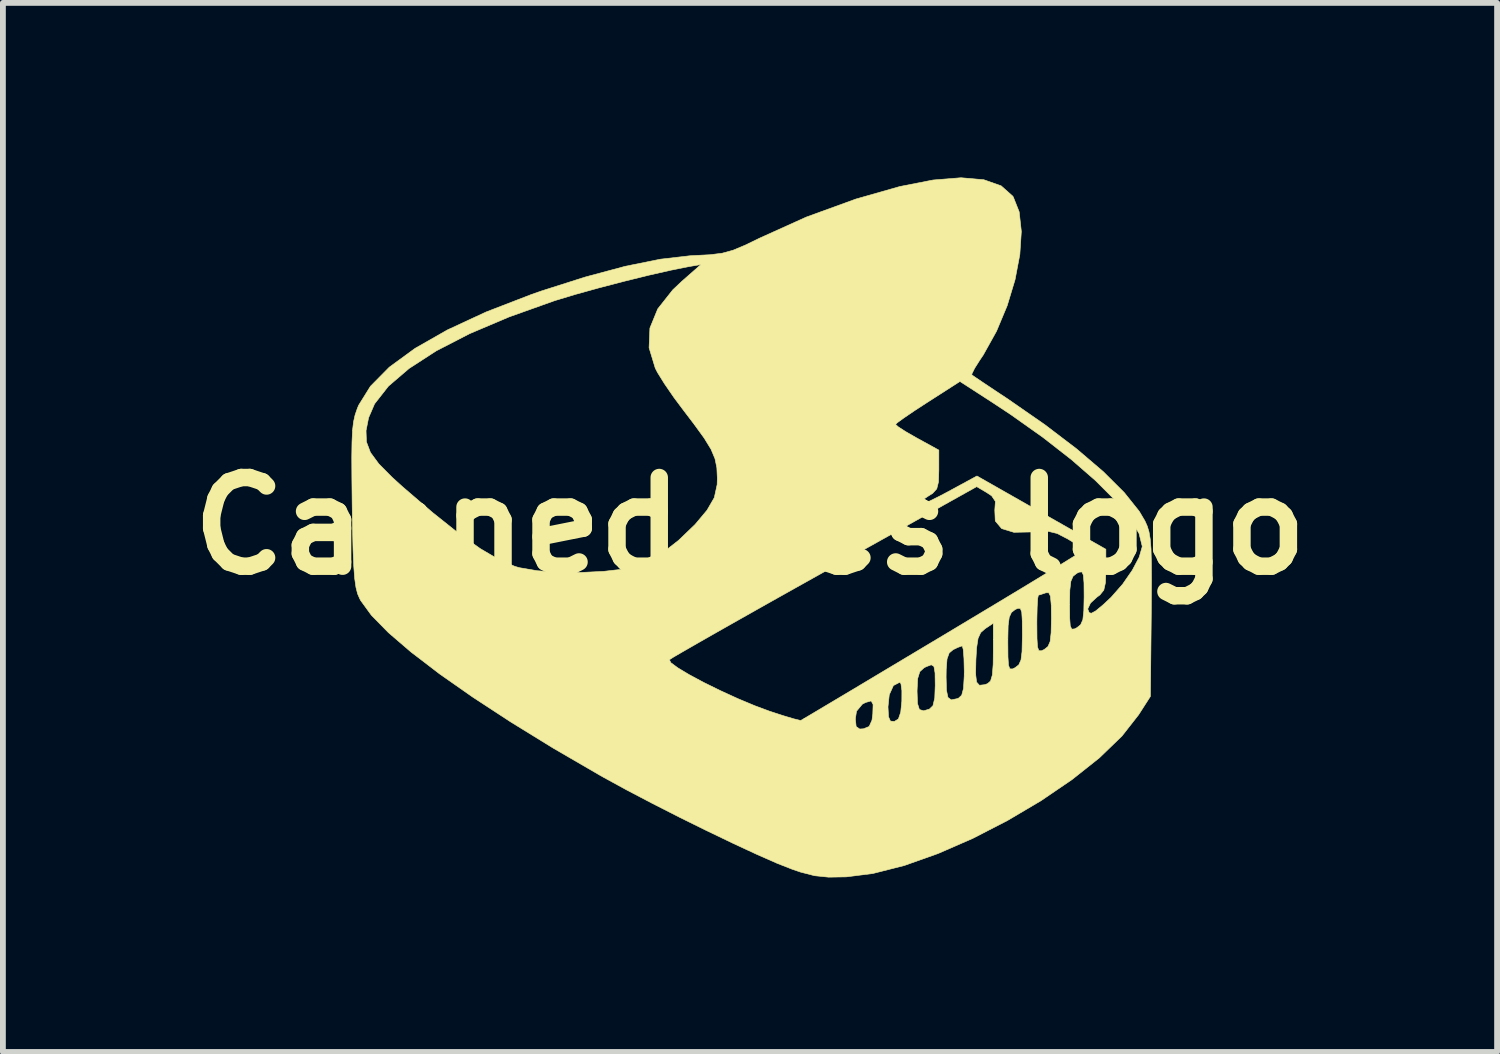
<source format=kicad_pcb>
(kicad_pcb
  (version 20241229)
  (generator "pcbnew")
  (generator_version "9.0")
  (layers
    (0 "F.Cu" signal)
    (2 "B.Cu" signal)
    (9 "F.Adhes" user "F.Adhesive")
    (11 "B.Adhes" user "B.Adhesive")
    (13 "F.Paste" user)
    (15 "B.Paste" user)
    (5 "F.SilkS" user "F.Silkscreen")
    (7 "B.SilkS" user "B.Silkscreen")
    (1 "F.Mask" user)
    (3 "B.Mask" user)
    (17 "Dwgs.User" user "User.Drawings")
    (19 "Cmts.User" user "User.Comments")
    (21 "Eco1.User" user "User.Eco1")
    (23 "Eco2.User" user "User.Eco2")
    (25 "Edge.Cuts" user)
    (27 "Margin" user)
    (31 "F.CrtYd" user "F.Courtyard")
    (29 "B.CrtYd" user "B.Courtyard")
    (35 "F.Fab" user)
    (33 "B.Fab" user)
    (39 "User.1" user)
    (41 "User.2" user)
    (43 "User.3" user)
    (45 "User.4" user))
  (footprint "Canned ICs logo"
    (layer "F.Cu")
    (at 9.841 5.992)
    (property "Reference" "Canned ICs logo" (at 0 0 0) (layer "F.SilkS") (effects (font (size 1.524 1.524) (thickness 0.3))))
    (attr through_hole)
    (fp_poly (pts (xy 4.018 -5.953) (xy 4.316 -5.848) (xy 4.515 -5.671) (xy 4.524 -5.658) (xy 4.626 -5.401) (xy 4.663 -5.063) (xy 4.637 -4.667) (xy 4.555 -4.235) (xy 4.42 -3.789) (xy 4.237 -3.351) (xy 4.01 -2.943) (xy 3.95 -2.854) (xy 3.859 -2.71) (xy 3.813 -2.616) (xy 3.813 -2.598) (xy 3.872 -2.557) (xy 4.013 -2.462) (xy 4.215 -2.327) (xy 4.431 -2.184) (xy 5.064 -1.745) (xy 5.613 -1.327) (xy 6.072 -0.935) (xy 6.433 -0.575) (xy 6.69 -0.253) (xy 6.787 -0.089) (xy 6.827 0.00034) (xy 6.857 0.098) (xy 6.878 0.223) (xy 6.892 0.392) (xy 6.898 0.624) (xy 6.9 0.938) (xy 6.897 1.351) (xy 6.896 1.542) (xy 6.881 2.928) (xy 6.678 3.244) (xy 6.393 3.608) (xy 6.005 3.983) (xy 5.534 4.357) (xy 5.001 4.72) (xy 4.426 5.06) (xy 3.83 5.367) (xy 3.232 5.628) (xy 2.652 5.834) (xy 2.112 5.971) (xy 1.654 6.029) (xy 1.351 6.034) (xy 1.109 6.009) (xy 0.865 5.946) (xy 0.722 5.897) (xy 0.463 5.795) (xy 0.118 5.643) (xy -0.291 5.453) (xy -0.743 5.236) (xy -1.213 5.004) (xy -1.68 4.766) (xy -2.121 4.535) (xy -2.514 4.32) (xy -2.59 4.277) (xy -3.385 3.815) (xy -4.112 3.367) (xy -4.765 2.94) (xy -5.338 2.539) (xy -5.653 2.297) (xy -1.386 2.297) (xy -1.361 2.348) (xy -1.24 2.437) (xy -1.045 2.554) (xy -0.795 2.688) (xy -0.51 2.828) (xy -0.211 2.965) (xy 0.083 3.088) (xy 0.336 3.182) (xy 0.569 3.258) (xy 0.753 3.313) (xy 0.86 3.339) (xy 0.874 3.34) (xy 0.918 3.314) (xy 1.81 3.314) (xy 1.824 3.446) (xy 1.885 3.488) (xy 1.95 3.484) (xy 2.048 3.444) (xy 2.096 3.337) (xy 2.11 3.23) (xy 2.114 3.106) (xy 2.371 3.106) (xy 2.38 3.277) (xy 2.413 3.352) (xy 2.481 3.358) (xy 2.55 3.315) (xy 2.59 3.199) (xy 2.609 3.011) (xy 2.61 2.842) (xy 2.871 2.842) (xy 2.878 3.049) (xy 2.911 3.153) (xy 2.984 3.175) (xy 3.084 3.145) (xy 3.144 3.087) (xy 3.175 2.955) (xy 3.183 2.739) (xy 3.181 2.592) (xy 3.37 2.592) (xy 3.376 2.821) (xy 3.402 2.946) (xy 3.459 2.987) (xy 3.561 2.966) (xy 3.583 2.958) (xy 3.638 2.907) (xy 3.669 2.791) (xy 3.681 2.584) (xy 3.682 2.543) (xy 3.877 2.543) (xy 3.894 2.682) (xy 3.943 2.736) (xy 4.033 2.726) (xy 4.083 2.708) (xy 4.134 2.663) (xy 4.165 2.559) (xy 4.179 2.373) (xy 4.181 2.17) (xy 4.181 2.001) (xy 4.431 2.001) (xy 4.433 2.248) (xy 4.442 2.391) (xy 4.465 2.453) (xy 4.509 2.456) (xy 4.556 2.434) (xy 4.619 2.385) (xy 4.657 2.302) (xy 4.675 2.158) (xy 4.68 1.922) (xy 4.681 1.868) (xy 4.679 1.687) (xy 4.93 1.687) (xy 4.932 1.934) (xy 4.941 2.078) (xy 4.964 2.141) (xy 5.007 2.144) (xy 5.055 2.122) (xy 5.12 2.071) (xy 5.158 1.985) (xy 5.175 1.834) (xy 5.18 1.589) (xy 5.18 1.583) (xy 5.177 1.346) (xy 5.492 1.346) (xy 5.494 1.583) (xy 5.504 1.717) (xy 5.53 1.771) (xy 5.578 1.767) (xy 5.617 1.747) (xy 5.682 1.696) (xy 5.72 1.61) (xy 5.737 1.457) (xy 5.742 1.213) (xy 5.74 0.976) (xy 5.729 0.842) (xy 5.704 0.788) (xy 5.656 0.792) (xy 5.617 0.811) (xy 5.552 0.862) (xy 5.514 0.949) (xy 5.496 1.101) (xy 5.492 1.346) (xy 5.177 1.346) (xy 5.176 1.342) (xy 5.163 1.204) (xy 5.134 1.146) (xy 5.085 1.146) (xy 5.081 1.148) (xy 4.982 1.181) (xy 4.956 1.186) (xy 4.944 1.243) (xy 4.935 1.396) (xy 4.93 1.615) (xy 4.93 1.687) (xy 4.679 1.687) (xy 4.679 1.621) (xy 4.67 1.478) (xy 4.646 1.416) (xy 4.603 1.413) (xy 4.556 1.435) (xy 4.493 1.484) (xy 4.455 1.567) (xy 4.436 1.712) (xy 4.431 1.947) (xy 4.431 2.001) (xy 4.181 2.001) (xy 4.181 1.67) (xy 4.041 1.763) (xy 3.965 1.83) (xy 3.919 1.93) (xy 3.894 2.094) (xy 3.882 2.301) (xy 3.877 2.543) (xy 3.682 2.543) (xy 3.682 2.49) (xy 3.677 2.276) (xy 3.665 2.122) (xy 3.648 2.06) (xy 3.647 2.059) (xy 3.569 2.086) (xy 3.491 2.124) (xy 3.423 2.181) (xy 3.386 2.283) (xy 3.372 2.461) (xy 3.37 2.592) (xy 3.181 2.592) (xy 3.18 2.524) (xy 3.161 2.412) (xy 3.115 2.384) (xy 3.027 2.417) (xy 2.991 2.436) (xy 2.918 2.502) (xy 2.881 2.621) (xy 2.871 2.827) (xy 2.871 2.842) (xy 2.61 2.842) (xy 2.61 2.828) (xy 2.594 2.709) (xy 2.574 2.684) (xy 2.464 2.741) (xy 2.393 2.899) (xy 2.371 3.106) (xy 2.114 3.106) (xy 2.115 3.065) (xy 2.082 3.005) (xy 1.988 3.031) (xy 1.931 3.06) (xy 1.83 3.182) (xy 1.81 3.314) (xy 0.918 3.314) (xy 0.932 3.306) (xy 1.087 3.214) (xy 1.327 3.071) (xy 1.641 2.884) (xy 2.019 2.658) (xy 2.45 2.4) (xy 2.923 2.117) (xy 3.323 1.878) (xy 3.821 1.579) (xy 4.284 1.301) (xy 4.702 1.049) (xy 5.064 0.829) (xy 5.359 0.649) (xy 5.577 0.514) (xy 5.708 0.432) (xy 5.742 0.408) (xy 5.693 0.367) (xy 5.567 0.286) (xy 5.464 0.223) (xy 5.278 0.127) (xy 5.118 0.088) (xy 4.92 0.093) (xy 4.841 0.101) (xy 4.535 0.107) (xy 4.325 0.043) (xy 4.215 -0.088) (xy 4.207 -0.273) (xy 4.217 -0.424) (xy 4.153 -0.52) (xy 4.07 -0.575) (xy 3.896 -0.678) (xy 1.284 0.781) (xy 0.76 1.074) (xy 0.268 1.35) (xy -0.18 1.603) (xy -0.574 1.826) (xy -0.902 2.013) (xy -1.154 2.158) (xy -1.319 2.254) (xy -1.386 2.297) (xy -1.386 2.297) (xy -5.653 2.297) (xy -5.824 2.167) (xy -6.216 1.83) (xy -6.508 1.532) (xy -6.692 1.279) (xy -6.707 1.251) (xy -6.745 1.164) (xy -6.773 1.053) (xy -6.795 0.899) (xy -6.811 0.688) (xy -6.823 0.4) (xy -6.832 0.018) (xy -6.838 -0.369) (xy -6.843 -0.829) (xy -6.845 -1.182) (xy -6.841 -1.448) (xy -6.832 -1.639) (xy -6.6 -1.639) (xy -6.593 -1.447) (xy -6.524 -1.265) (xy -6.38 -1.069) (xy -6.152 -0.839) (xy -5.969 -0.673) (xy -5.454 -0.231) (xy -5.012 0.121) (xy -4.634 0.389) (xy -4.314 0.577) (xy -4.043 0.692) (xy -3.965 0.715) (xy -3.66 0.767) (xy -3.294 0.794) (xy -2.901 0.797) (xy -2.513 0.778) (xy -2.167 0.738) (xy -1.895 0.677) (xy -1.81 0.644) (xy -1.531 0.481) (xy -1.228 0.245) (xy -0.944 -0.028) (xy -0.739 -0.273) (xy -0.614 -0.489) (xy -0.565 -0.713) (xy -0.562 -0.824) (xy -0.57 -1.001) (xy -0.602 -1.158) (xy -0.67 -1.32) (xy -0.787 -1.511) (xy -0.958 -1.747) (xy 2.501 -1.747) (xy 2.55 -1.704) (xy 2.681 -1.62) (xy 2.866 -1.514) (xy 2.872 -1.511) (xy 3.245 -1.306) (xy 3.245 -0.962) (xy 3.239 -0.759) (xy 3.209 -0.64) (xy 3.138 -0.562) (xy 3.058 -0.512) (xy 2.933 -0.427) (xy 2.872 -0.359) (xy 2.871 -0.354) (xy 2.921 -0.359) (xy 3.057 -0.415) (xy 3.253 -0.512) (xy 3.386 -0.582) (xy 3.9 -0.861) (xy 5.008 -0.231) (xy 6.116 0.398) (xy 6.116 0.759) (xy 6.109 0.972) (xy 6.08 1.101) (xy 6.014 1.183) (xy 5.96 1.223) (xy 5.852 1.323) (xy 5.804 1.424) (xy 5.829 1.489) (xy 5.868 1.498) (xy 5.943 1.457) (xy 6.073 1.349) (xy 6.207 1.223) (xy 6.403 1) (xy 6.57 0.759) (xy 6.689 0.534) (xy 6.74 0.357) (xy 6.74 0.343) (xy 6.686 0.127) (xy 6.528 -0.138) (xy 6.276 -0.444) (xy 5.938 -0.782) (xy 5.521 -1.145) (xy 5.034 -1.525) (xy 4.485 -1.914) (xy 4.18 -2.116) (xy 3.608 -2.486) (xy 3.056 -2.132) (xy 2.828 -1.984) (xy 2.646 -1.86) (xy 2.53 -1.776) (xy 2.501 -1.747) (xy -0.958 -1.747) (xy -0.964 -1.755) (xy -1.125 -1.966) (xy -1.307 -2.209) (xy -1.47 -2.446) (xy -1.591 -2.641) (xy -1.629 -2.715) (xy -1.735 -3.065) (xy -1.721 -3.403) (xy -1.586 -3.733) (xy -1.327 -4.061) (xy -1.172 -4.207) (xy -0.843 -4.496) (xy -1.061 -4.458) (xy -1.361 -4.398) (xy -1.744 -4.311) (xy -2.17 -4.206) (xy -2.602 -4.093) (xy -3.002 -3.982) (xy -3.333 -3.882) (xy -3.37 -3.87) (xy -4.144 -3.594) (xy -4.82 -3.307) (xy -5.394 -3.011) (xy -5.86 -2.709) (xy -6.215 -2.405) (xy -6.453 -2.101) (xy -6.556 -1.862) (xy -6.6 -1.639) (xy -6.832 -1.639) (xy -6.832 -1.646) (xy -6.814 -1.794) (xy -6.788 -1.91) (xy -6.752 -2.015) (xy -6.728 -2.075) (xy -6.524 -2.403) (xy -6.2 -2.731) (xy -5.758 -3.054) (xy -5.202 -3.371) (xy -4.536 -3.68) (xy -3.762 -3.979) (xy -3.588 -4.04) (xy -2.831 -4.281) (xy -2.145 -4.465) (xy -1.542 -4.587) (xy -1.033 -4.646) (xy -0.961 -4.65) (xy -0.686 -4.664) (xy -0.478 -4.69) (xy -0.292 -4.741) (xy -0.082 -4.829) (xy 0.163 -4.948) (xy 0.969 -5.312) (xy 1.819 -5.621) (xy 2.574 -5.836) (xy 3.144 -5.948) (xy 3.626 -5.987) (xy 4.018 -5.953)) (stroke (width 0.01) (type solid)) (fill yes) (layer "F.SilkS")))
  (gr_rect
    (start -3 -3)
    (end 22.681 15.031)
    (stroke (width 0.1) (type default))
    (fill no)
    (layer "Edge.Cuts")))
</source>
